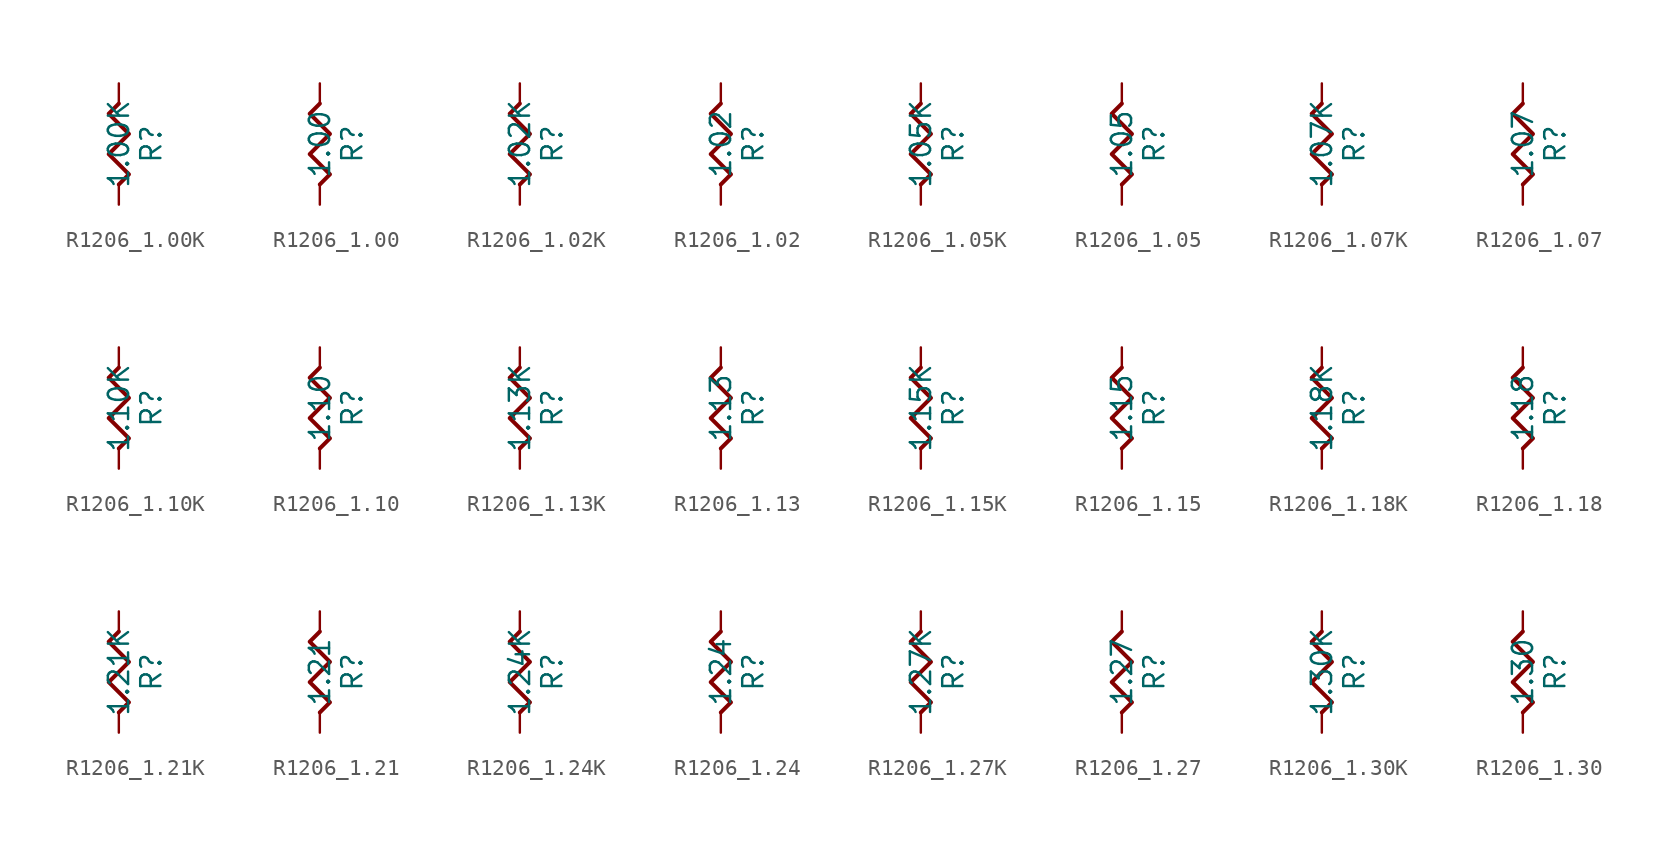
<source format=kicad_sym>
(kicad_symbol_lib
  (version 20211014)
  (generator atlantix-eda)
  (symbol "R1206_1.00K"
    (pin_numbers hide)
    (pin_names
      (offset 0))
    (property "Reference" "R"
      (at 2.032 0 90)
      (effects (font (size 1.27 1.27))))
    (property "Value" "1.00K"
      (at 0 0 90)
      (effects (font (size 1.27 1.27))))
    (symbol "R1206_1.00K_0_1"
      (polyline (pts (xy 0 -2.54) (xy 0.635 -1.905) (xy -0.635 -0.635) (xy 0.635 0.635) (xy -0.635 1.905) (xy 0 2.54)) (stroke (width 0.254) (type default) (color 0 0 0 0)) (fill (type none))))
    (symbol "R1206_1.00K_1_1"
      (pin passive line (at 0 3.81 270) (length 1.27) (name "~" (effects (font (size 1.27 1.27)))) (number "1" (effects (font (size 1.27 1.27)))))
      (pin passive line (at 0 -3.81 90) (length 1.27) (name "~" (effects (font (size 1.27 1.27)))) (number "2" (effects (font (size 1.27 1.27)))))))
  (symbol "R1206_1.00"
    (pin_numbers hide)
    (pin_names
      (offset 0))
    (property "Reference" "R"
      (at 2.032 0 90)
      (effects (font (size 1.27 1.27))))
    (property "Value" "1.00"
      (at 0 0 90)
      (effects (font (size 1.27 1.27))))
    (symbol "R1206_1.00_0_1"
      (polyline (pts (xy 0 -2.54) (xy 0.635 -1.905) (xy -0.635 -0.635) (xy 0.635 0.635) (xy -0.635 1.905) (xy 0 2.54)) (stroke (width 0.254) (type default) (color 0 0 0 0)) (fill (type none))))
    (symbol "R1206_1.00_1_1"
      (pin passive line (at 0 3.81 270) (length 1.27) (name "~" (effects (font (size 1.27 1.27)))) (number "1" (effects (font (size 1.27 1.27)))))
      (pin passive line (at 0 -3.81 90) (length 1.27) (name "~" (effects (font (size 1.27 1.27)))) (number "2" (effects (font (size 1.27 1.27)))))))
  (symbol "R1206_1.02K"
    (pin_numbers hide)
    (pin_names
      (offset 0))
    (property "Reference" "R"
      (at 2.032 0 90)
      (effects (font (size 1.27 1.27))))
    (property "Value" "1.02K"
      (at 0 0 90)
      (effects (font (size 1.27 1.27))))
    (symbol "R1206_1.02K_0_1"
      (polyline (pts (xy 0 -2.54) (xy 0.635 -1.905) (xy -0.635 -0.635) (xy 0.635 0.635) (xy -0.635 1.905) (xy 0 2.54)) (stroke (width 0.254) (type default) (color 0 0 0 0)) (fill (type none))))
    (symbol "R1206_1.02K_1_1"
      (pin passive line (at 0 3.81 270) (length 1.27) (name "~" (effects (font (size 1.27 1.27)))) (number "1" (effects (font (size 1.27 1.27)))))
      (pin passive line (at 0 -3.81 90) (length 1.27) (name "~" (effects (font (size 1.27 1.27)))) (number "2" (effects (font (size 1.27 1.27)))))))
  (symbol "R1206_1.02"
    (pin_numbers hide)
    (pin_names
      (offset 0))
    (property "Reference" "R"
      (at 2.032 0 90)
      (effects (font (size 1.27 1.27))))
    (property "Value" "1.02"
      (at 0 0 90)
      (effects (font (size 1.27 1.27))))
    (symbol "R1206_1.02_0_1"
      (polyline (pts (xy 0 -2.54) (xy 0.635 -1.905) (xy -0.635 -0.635) (xy 0.635 0.635) (xy -0.635 1.905) (xy 0 2.54)) (stroke (width 0.254) (type default) (color 0 0 0 0)) (fill (type none))))
    (symbol "R1206_1.02_1_1"
      (pin passive line (at 0 3.81 270) (length 1.27) (name "~" (effects (font (size 1.27 1.27)))) (number "1" (effects (font (size 1.27 1.27)))))
      (pin passive line (at 0 -3.81 90) (length 1.27) (name "~" (effects (font (size 1.27 1.27)))) (number "2" (effects (font (size 1.27 1.27)))))))
  (symbol "R1206_1.05K"
    (pin_numbers hide)
    (pin_names
      (offset 0))
    (property "Reference" "R"
      (at 2.032 0 90)
      (effects (font (size 1.27 1.27))))
    (property "Value" "1.05K"
      (at 0 0 90)
      (effects (font (size 1.27 1.27))))
    (symbol "R1206_1.05K_0_1"
      (polyline (pts (xy 0 -2.54) (xy 0.635 -1.905) (xy -0.635 -0.635) (xy 0.635 0.635) (xy -0.635 1.905) (xy 0 2.54)) (stroke (width 0.254) (type default) (color 0 0 0 0)) (fill (type none))))
    (symbol "R1206_1.05K_1_1"
      (pin passive line (at 0 3.81 270) (length 1.27) (name "~" (effects (font (size 1.27 1.27)))) (number "1" (effects (font (size 1.27 1.27)))))
      (pin passive line (at 0 -3.81 90) (length 1.27) (name "~" (effects (font (size 1.27 1.27)))) (number "2" (effects (font (size 1.27 1.27)))))))
  (symbol "R1206_1.05"
    (pin_numbers hide)
    (pin_names
      (offset 0))
    (property "Reference" "R"
      (at 2.032 0 90)
      (effects (font (size 1.27 1.27))))
    (property "Value" "1.05"
      (at 0 0 90)
      (effects (font (size 1.27 1.27))))
    (symbol "R1206_1.05_0_1"
      (polyline (pts (xy 0 -2.54) (xy 0.635 -1.905) (xy -0.635 -0.635) (xy 0.635 0.635) (xy -0.635 1.905) (xy 0 2.54)) (stroke (width 0.254) (type default) (color 0 0 0 0)) (fill (type none))))
    (symbol "R1206_1.05_1_1"
      (pin passive line (at 0 3.81 270) (length 1.27) (name "~" (effects (font (size 1.27 1.27)))) (number "1" (effects (font (size 1.27 1.27)))))
      (pin passive line (at 0 -3.81 90) (length 1.27) (name "~" (effects (font (size 1.27 1.27)))) (number "2" (effects (font (size 1.27 1.27)))))))
  (symbol "R1206_1.07K"
    (pin_numbers hide)
    (pin_names
      (offset 0))
    (property "Reference" "R"
      (at 2.032 0 90)
      (effects (font (size 1.27 1.27))))
    (property "Value" "1.07K"
      (at 0 0 90)
      (effects (font (size 1.27 1.27))))
    (symbol "R1206_1.07K_0_1"
      (polyline (pts (xy 0 -2.54) (xy 0.635 -1.905) (xy -0.635 -0.635) (xy 0.635 0.635) (xy -0.635 1.905) (xy 0 2.54)) (stroke (width 0.254) (type default) (color 0 0 0 0)) (fill (type none))))
    (symbol "R1206_1.07K_1_1"
      (pin passive line (at 0 3.81 270) (length 1.27) (name "~" (effects (font (size 1.27 1.27)))) (number "1" (effects (font (size 1.27 1.27)))))
      (pin passive line (at 0 -3.81 90) (length 1.27) (name "~" (effects (font (size 1.27 1.27)))) (number "2" (effects (font (size 1.27 1.27)))))))
  (symbol "R1206_1.07"
    (pin_numbers hide)
    (pin_names
      (offset 0))
    (property "Reference" "R"
      (at 2.032 0 90)
      (effects (font (size 1.27 1.27))))
    (property "Value" "1.07"
      (at 0 0 90)
      (effects (font (size 1.27 1.27))))
    (symbol "R1206_1.07_0_1"
      (polyline (pts (xy 0 -2.54) (xy 0.635 -1.905) (xy -0.635 -0.635) (xy 0.635 0.635) (xy -0.635 1.905) (xy 0 2.54)) (stroke (width 0.254) (type default) (color 0 0 0 0)) (fill (type none))))
    (symbol "R1206_1.07_1_1"
      (pin passive line (at 0 3.81 270) (length 1.27) (name "~" (effects (font (size 1.27 1.27)))) (number "1" (effects (font (size 1.27 1.27)))))
      (pin passive line (at 0 -3.81 90) (length 1.27) (name "~" (effects (font (size 1.27 1.27)))) (number "2" (effects (font (size 1.27 1.27)))))))
  (symbol "R1206_1.10K"
    (pin_numbers hide)
    (pin_names
      (offset 0))
    (property "Reference" "R"
      (at 2.032 0 90)
      (effects (font (size 1.27 1.27))))
    (property "Value" "1.10K"
      (at 0 0 90)
      (effects (font (size 1.27 1.27))))
    (symbol "R1206_1.10K_0_1"
      (polyline (pts (xy 0 -2.54) (xy 0.635 -1.905) (xy -0.635 -0.635) (xy 0.635 0.635) (xy -0.635 1.905) (xy 0 2.54)) (stroke (width 0.254) (type default) (color 0 0 0 0)) (fill (type none))))
    (symbol "R1206_1.10K_1_1"
      (pin passive line (at 0 3.81 270) (length 1.27) (name "~" (effects (font (size 1.27 1.27)))) (number "1" (effects (font (size 1.27 1.27)))))
      (pin passive line (at 0 -3.81 90) (length 1.27) (name "~" (effects (font (size 1.27 1.27)))) (number "2" (effects (font (size 1.27 1.27)))))))
  (symbol "R1206_1.10"
    (pin_numbers hide)
    (pin_names
      (offset 0))
    (property "Reference" "R"
      (at 2.032 0 90)
      (effects (font (size 1.27 1.27))))
    (property "Value" "1.10"
      (at 0 0 90)
      (effects (font (size 1.27 1.27))))
    (symbol "R1206_1.10_0_1"
      (polyline (pts (xy 0 -2.54) (xy 0.635 -1.905) (xy -0.635 -0.635) (xy 0.635 0.635) (xy -0.635 1.905) (xy 0 2.54)) (stroke (width 0.254) (type default) (color 0 0 0 0)) (fill (type none))))
    (symbol "R1206_1.10_1_1"
      (pin passive line (at 0 3.81 270) (length 1.27) (name "~" (effects (font (size 1.27 1.27)))) (number "1" (effects (font (size 1.27 1.27)))))
      (pin passive line (at 0 -3.81 90) (length 1.27) (name "~" (effects (font (size 1.27 1.27)))) (number "2" (effects (font (size 1.27 1.27)))))))
  (symbol "R1206_1.13K"
    (pin_numbers hide)
    (pin_names
      (offset 0))
    (property "Reference" "R"
      (at 2.032 0 90)
      (effects (font (size 1.27 1.27))))
    (property "Value" "1.13K"
      (at 0 0 90)
      (effects (font (size 1.27 1.27))))
    (symbol "R1206_1.13K_0_1"
      (polyline (pts (xy 0 -2.54) (xy 0.635 -1.905) (xy -0.635 -0.635) (xy 0.635 0.635) (xy -0.635 1.905) (xy 0 2.54)) (stroke (width 0.254) (type default) (color 0 0 0 0)) (fill (type none))))
    (symbol "R1206_1.13K_1_1"
      (pin passive line (at 0 3.81 270) (length 1.27) (name "~" (effects (font (size 1.27 1.27)))) (number "1" (effects (font (size 1.27 1.27)))))
      (pin passive line (at 0 -3.81 90) (length 1.27) (name "~" (effects (font (size 1.27 1.27)))) (number "2" (effects (font (size 1.27 1.27)))))))
  (symbol "R1206_1.13"
    (pin_numbers hide)
    (pin_names
      (offset 0))
    (property "Reference" "R"
      (at 2.032 0 90)
      (effects (font (size 1.27 1.27))))
    (property "Value" "1.13"
      (at 0 0 90)
      (effects (font (size 1.27 1.27))))
    (symbol "R1206_1.13_0_1"
      (polyline (pts (xy 0 -2.54) (xy 0.635 -1.905) (xy -0.635 -0.635) (xy 0.635 0.635) (xy -0.635 1.905) (xy 0 2.54)) (stroke (width 0.254) (type default) (color 0 0 0 0)) (fill (type none))))
    (symbol "R1206_1.13_1_1"
      (pin passive line (at 0 3.81 270) (length 1.27) (name "~" (effects (font (size 1.27 1.27)))) (number "1" (effects (font (size 1.27 1.27)))))
      (pin passive line (at 0 -3.81 90) (length 1.27) (name "~" (effects (font (size 1.27 1.27)))) (number "2" (effects (font (size 1.27 1.27)))))))
  (symbol "R1206_1.15K"
    (pin_numbers hide)
    (pin_names
      (offset 0))
    (property "Reference" "R"
      (at 2.032 0 90)
      (effects (font (size 1.27 1.27))))
    (property "Value" "1.15K"
      (at 0 0 90)
      (effects (font (size 1.27 1.27))))
    (symbol "R1206_1.15K_0_1"
      (polyline (pts (xy 0 -2.54) (xy 0.635 -1.905) (xy -0.635 -0.635) (xy 0.635 0.635) (xy -0.635 1.905) (xy 0 2.54)) (stroke (width 0.254) (type default) (color 0 0 0 0)) (fill (type none))))
    (symbol "R1206_1.15K_1_1"
      (pin passive line (at 0 3.81 270) (length 1.27) (name "~" (effects (font (size 1.27 1.27)))) (number "1" (effects (font (size 1.27 1.27)))))
      (pin passive line (at 0 -3.81 90) (length 1.27) (name "~" (effects (font (size 1.27 1.27)))) (number "2" (effects (font (size 1.27 1.27)))))))
  (symbol "R1206_1.15"
    (pin_numbers hide)
    (pin_names
      (offset 0))
    (property "Reference" "R"
      (at 2.032 0 90)
      (effects (font (size 1.27 1.27))))
    (property "Value" "1.15"
      (at 0 0 90)
      (effects (font (size 1.27 1.27))))
    (symbol "R1206_1.15_0_1"
      (polyline (pts (xy 0 -2.54) (xy 0.635 -1.905) (xy -0.635 -0.635) (xy 0.635 0.635) (xy -0.635 1.905) (xy 0 2.54)) (stroke (width 0.254) (type default) (color 0 0 0 0)) (fill (type none))))
    (symbol "R1206_1.15_1_1"
      (pin passive line (at 0 3.81 270) (length 1.27) (name "~" (effects (font (size 1.27 1.27)))) (number "1" (effects (font (size 1.27 1.27)))))
      (pin passive line (at 0 -3.81 90) (length 1.27) (name "~" (effects (font (size 1.27 1.27)))) (number "2" (effects (font (size 1.27 1.27)))))))
  (symbol "R1206_1.18K"
    (pin_numbers hide)
    (pin_names
      (offset 0))
    (property "Reference" "R"
      (at 2.032 0 90)
      (effects (font (size 1.27 1.27))))
    (property "Value" "1.18K"
      (at 0 0 90)
      (effects (font (size 1.27 1.27))))
    (symbol "R1206_1.18K_0_1"
      (polyline (pts (xy 0 -2.54) (xy 0.635 -1.905) (xy -0.635 -0.635) (xy 0.635 0.635) (xy -0.635 1.905) (xy 0 2.54)) (stroke (width 0.254) (type default) (color 0 0 0 0)) (fill (type none))))
    (symbol "R1206_1.18K_1_1"
      (pin passive line (at 0 3.81 270) (length 1.27) (name "~" (effects (font (size 1.27 1.27)))) (number "1" (effects (font (size 1.27 1.27)))))
      (pin passive line (at 0 -3.81 90) (length 1.27) (name "~" (effects (font (size 1.27 1.27)))) (number "2" (effects (font (size 1.27 1.27)))))))
  (symbol "R1206_1.18"
    (pin_numbers hide)
    (pin_names
      (offset 0))
    (property "Reference" "R"
      (at 2.032 0 90)
      (effects (font (size 1.27 1.27))))
    (property "Value" "1.18"
      (at 0 0 90)
      (effects (font (size 1.27 1.27))))
    (symbol "R1206_1.18_0_1"
      (polyline (pts (xy 0 -2.54) (xy 0.635 -1.905) (xy -0.635 -0.635) (xy 0.635 0.635) (xy -0.635 1.905) (xy 0 2.54)) (stroke (width 0.254) (type default) (color 0 0 0 0)) (fill (type none))))
    (symbol "R1206_1.18_1_1"
      (pin passive line (at 0 3.81 270) (length 1.27) (name "~" (effects (font (size 1.27 1.27)))) (number "1" (effects (font (size 1.27 1.27)))))
      (pin passive line (at 0 -3.81 90) (length 1.27) (name "~" (effects (font (size 1.27 1.27)))) (number "2" (effects (font (size 1.27 1.27)))))))
  (symbol "R1206_1.21K"
    (pin_numbers hide)
    (pin_names
      (offset 0))
    (property "Reference" "R"
      (at 2.032 0 90)
      (effects (font (size 1.27 1.27))))
    (property "Value" "1.21K"
      (at 0 0 90)
      (effects (font (size 1.27 1.27))))
    (symbol "R1206_1.21K_0_1"
      (polyline (pts (xy 0 -2.54) (xy 0.635 -1.905) (xy -0.635 -0.635) (xy 0.635 0.635) (xy -0.635 1.905) (xy 0 2.54)) (stroke (width 0.254) (type default) (color 0 0 0 0)) (fill (type none))))
    (symbol "R1206_1.21K_1_1"
      (pin passive line (at 0 3.81 270) (length 1.27) (name "~" (effects (font (size 1.27 1.27)))) (number "1" (effects (font (size 1.27 1.27)))))
      (pin passive line (at 0 -3.81 90) (length 1.27) (name "~" (effects (font (size 1.27 1.27)))) (number "2" (effects (font (size 1.27 1.27)))))))
  (symbol "R1206_1.21"
    (pin_numbers hide)
    (pin_names
      (offset 0))
    (property "Reference" "R"
      (at 2.032 0 90)
      (effects (font (size 1.27 1.27))))
    (property "Value" "1.21"
      (at 0 0 90)
      (effects (font (size 1.27 1.27))))
    (symbol "R1206_1.21_0_1"
      (polyline (pts (xy 0 -2.54) (xy 0.635 -1.905) (xy -0.635 -0.635) (xy 0.635 0.635) (xy -0.635 1.905) (xy 0 2.54)) (stroke (width 0.254) (type default) (color 0 0 0 0)) (fill (type none))))
    (symbol "R1206_1.21_1_1"
      (pin passive line (at 0 3.81 270) (length 1.27) (name "~" (effects (font (size 1.27 1.27)))) (number "1" (effects (font (size 1.27 1.27)))))
      (pin passive line (at 0 -3.81 90) (length 1.27) (name "~" (effects (font (size 1.27 1.27)))) (number "2" (effects (font (size 1.27 1.27)))))))
  (symbol "R1206_1.24K"
    (pin_numbers hide)
    (pin_names
      (offset 0))
    (property "Reference" "R"
      (at 2.032 0 90)
      (effects (font (size 1.27 1.27))))
    (property "Value" "1.24K"
      (at 0 0 90)
      (effects (font (size 1.27 1.27))))
    (symbol "R1206_1.24K_0_1"
      (polyline (pts (xy 0 -2.54) (xy 0.635 -1.905) (xy -0.635 -0.635) (xy 0.635 0.635) (xy -0.635 1.905) (xy 0 2.54)) (stroke (width 0.254) (type default) (color 0 0 0 0)) (fill (type none))))
    (symbol "R1206_1.24K_1_1"
      (pin passive line (at 0 3.81 270) (length 1.27) (name "~" (effects (font (size 1.27 1.27)))) (number "1" (effects (font (size 1.27 1.27)))))
      (pin passive line (at 0 -3.81 90) (length 1.27) (name "~" (effects (font (size 1.27 1.27)))) (number "2" (effects (font (size 1.27 1.27)))))))
  (symbol "R1206_1.24"
    (pin_numbers hide)
    (pin_names
      (offset 0))
    (property "Reference" "R"
      (at 2.032 0 90)
      (effects (font (size 1.27 1.27))))
    (property "Value" "1.24"
      (at 0 0 90)
      (effects (font (size 1.27 1.27))))
    (symbol "R1206_1.24_0_1"
      (polyline (pts (xy 0 -2.54) (xy 0.635 -1.905) (xy -0.635 -0.635) (xy 0.635 0.635) (xy -0.635 1.905) (xy 0 2.54)) (stroke (width 0.254) (type default) (color 0 0 0 0)) (fill (type none))))
    (symbol "R1206_1.24_1_1"
      (pin passive line (at 0 3.81 270) (length 1.27) (name "~" (effects (font (size 1.27 1.27)))) (number "1" (effects (font (size 1.27 1.27)))))
      (pin passive line (at 0 -3.81 90) (length 1.27) (name "~" (effects (font (size 1.27 1.27)))) (number "2" (effects (font (size 1.27 1.27)))))))
  (symbol "R1206_1.27K"
    (pin_numbers hide)
    (pin_names
      (offset 0))
    (property "Reference" "R"
      (at 2.032 0 90)
      (effects (font (size 1.27 1.27))))
    (property "Value" "1.27K"
      (at 0 0 90)
      (effects (font (size 1.27 1.27))))
    (symbol "R1206_1.27K_0_1"
      (polyline (pts (xy 0 -2.54) (xy 0.635 -1.905) (xy -0.635 -0.635) (xy 0.635 0.635) (xy -0.635 1.905) (xy 0 2.54)) (stroke (width 0.254) (type default) (color 0 0 0 0)) (fill (type none))))
    (symbol "R1206_1.27K_1_1"
      (pin passive line (at 0 3.81 270) (length 1.27) (name "~" (effects (font (size 1.27 1.27)))) (number "1" (effects (font (size 1.27 1.27)))))
      (pin passive line (at 0 -3.81 90) (length 1.27) (name "~" (effects (font (size 1.27 1.27)))) (number "2" (effects (font (size 1.27 1.27)))))))
  (symbol "R1206_1.27"
    (pin_numbers hide)
    (pin_names
      (offset 0))
    (property "Reference" "R"
      (at 2.032 0 90)
      (effects (font (size 1.27 1.27))))
    (property "Value" "1.27"
      (at 0 0 90)
      (effects (font (size 1.27 1.27))))
    (symbol "R1206_1.27_0_1"
      (polyline (pts (xy 0 -2.54) (xy 0.635 -1.905) (xy -0.635 -0.635) (xy 0.635 0.635) (xy -0.635 1.905) (xy 0 2.54)) (stroke (width 0.254) (type default) (color 0 0 0 0)) (fill (type none))))
    (symbol "R1206_1.27_1_1"
      (pin passive line (at 0 3.81 270) (length 1.27) (name "~" (effects (font (size 1.27 1.27)))) (number "1" (effects (font (size 1.27 1.27)))))
      (pin passive line (at 0 -3.81 90) (length 1.27) (name "~" (effects (font (size 1.27 1.27)))) (number "2" (effects (font (size 1.27 1.27)))))))
  (symbol "R1206_1.30K"
    (pin_numbers hide)
    (pin_names
      (offset 0))
    (property "Reference" "R"
      (at 2.032 0 90)
      (effects (font (size 1.27 1.27))))
    (property "Value" "1.30K"
      (at 0 0 90)
      (effects (font (size 1.27 1.27))))
    (symbol "R1206_1.30K_0_1"
      (polyline (pts (xy 0 -2.54) (xy 0.635 -1.905) (xy -0.635 -0.635) (xy 0.635 0.635) (xy -0.635 1.905) (xy 0 2.54)) (stroke (width 0.254) (type default) (color 0 0 0 0)) (fill (type none))))
    (symbol "R1206_1.30K_1_1"
      (pin passive line (at 0 3.81 270) (length 1.27) (name "~" (effects (font (size 1.27 1.27)))) (number "1" (effects (font (size 1.27 1.27)))))
      (pin passive line (at 0 -3.81 90) (length 1.27) (name "~" (effects (font (size 1.27 1.27)))) (number "2" (effects (font (size 1.27 1.27)))))))
  (symbol "R1206_1.30"
    (pin_numbers hide)
    (pin_names
      (offset 0))
    (property "Reference" "R"
      (at 2.032 0 90)
      (effects (font (size 1.27 1.27))))
    (property "Value" "1.30"
      (at 0 0 90)
      (effects (font (size 1.27 1.27))))
    (symbol "R1206_1.30_0_1"
      (polyline (pts (xy 0 -2.54) (xy 0.635 -1.905) (xy -0.635 -0.635) (xy 0.635 0.635) (xy -0.635 1.905) (xy 0 2.54)) (stroke (width 0.254) (type default) (color 0 0 0 0)) (fill (type none))))
    (symbol "R1206_1.30_1_1"
      (pin passive line (at 0 3.81 270) (length 1.27) (name "~" (effects (font (size 1.27 1.27)))) (number "1" (effects (font (size 1.27 1.27)))))
      (pin passive line (at 0 -3.81 90) (length 1.27) (name "~" (effects (font (size 1.27 1.27)))) (number "2" (effects (font (size 1.27 1.27))))))))
</source>
